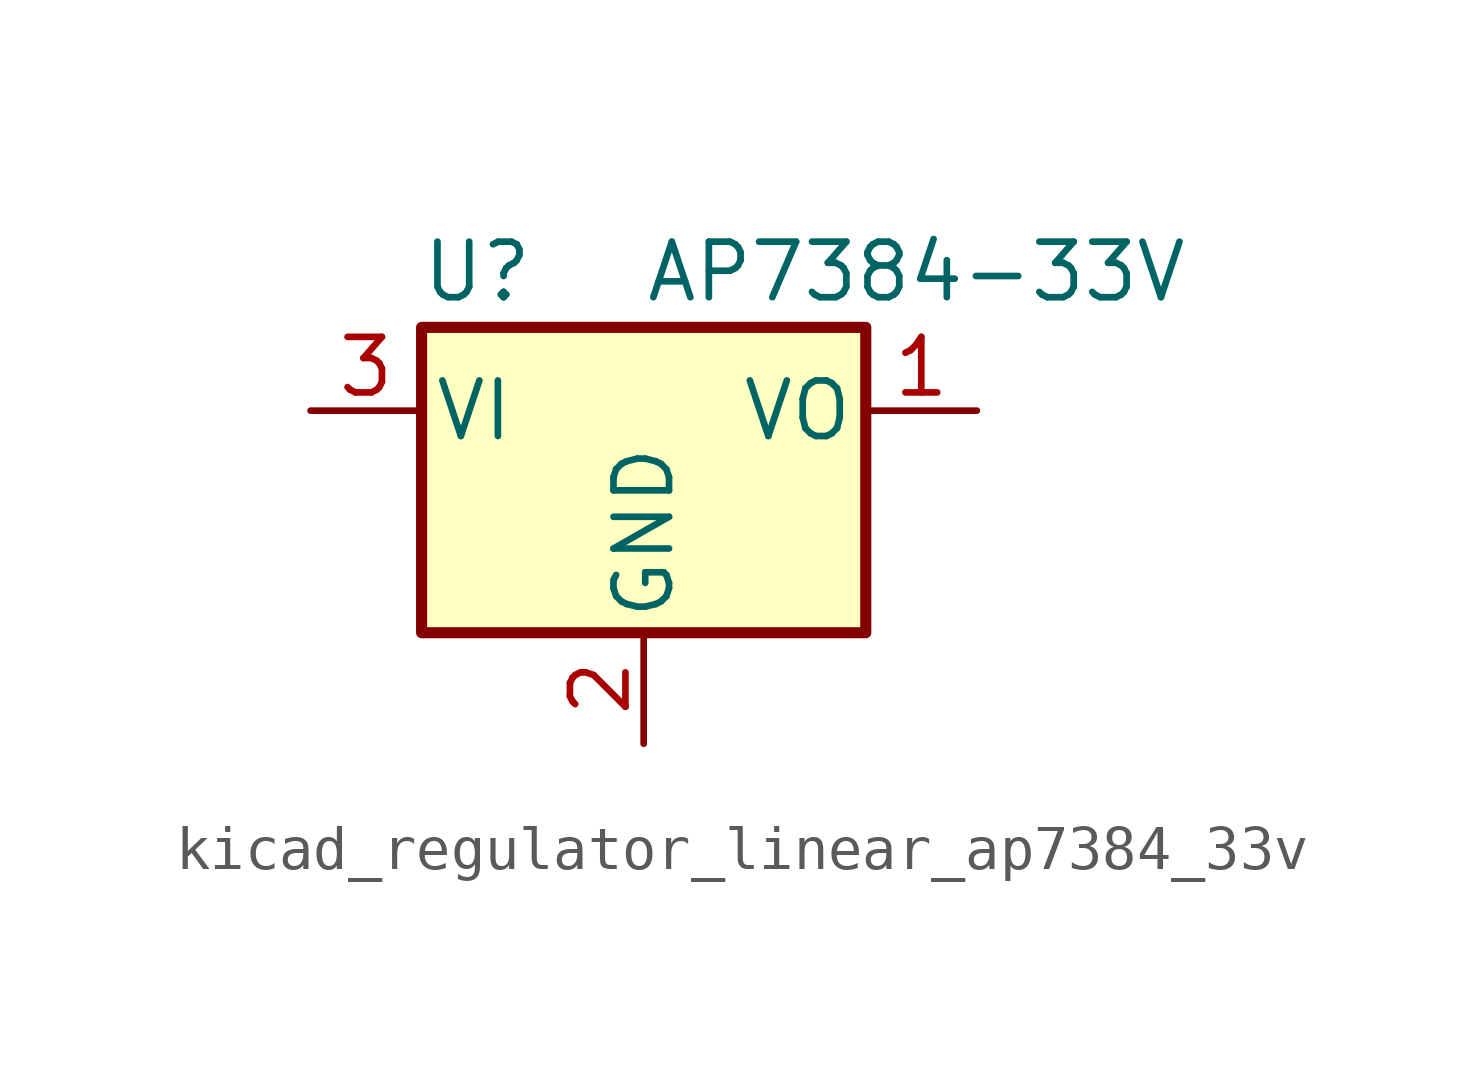
<source format=kicad_sym>
(kicad_symbol_lib
  (version 20220914)
  (generator kicad_symbol_editor)
  (symbol "kicad_regulator_linear_ap7384_33v"
    (pin_names
      (offset 0.254))
    (property "Reference" "U"
      (at -3.81 3.175 0)
      (effects (font (size 1.27 1.27))))
    (property "Value" "AP7384-33V"
      (at 0 3.175 0)
      (effects (font (size 1.27 1.27)) (justify left)))
    (symbol "kicad_regulator_linear_ap7384_33v_0_1"
      (rectangle (start -5.08 1.905) (end 5.08 -5.08) (stroke (width 0.254) (type default)) (fill (type background))))
    (symbol "kicad_regulator_linear_ap7384_33v_1_1"
      (pin power_out line (at 7.62 0 180) (length 2.54) (name "VO" (effects (font (size 1.27 1.27)))) (number "1" (effects (font (size 1.27 1.27)))))
      (pin power_in line (at 0 -7.62 90) (length 2.54) (name "GND" (effects (font (size 1.27 1.27)))) (number "2" (effects (font (size 1.27 1.27)))))
      (pin power_in line (at -7.62 0 0) (length 2.54) (name "VI" (effects (font (size 1.27 1.27)))) (number "3" (effects (font (size 1.27 1.27))))))))
</source>
